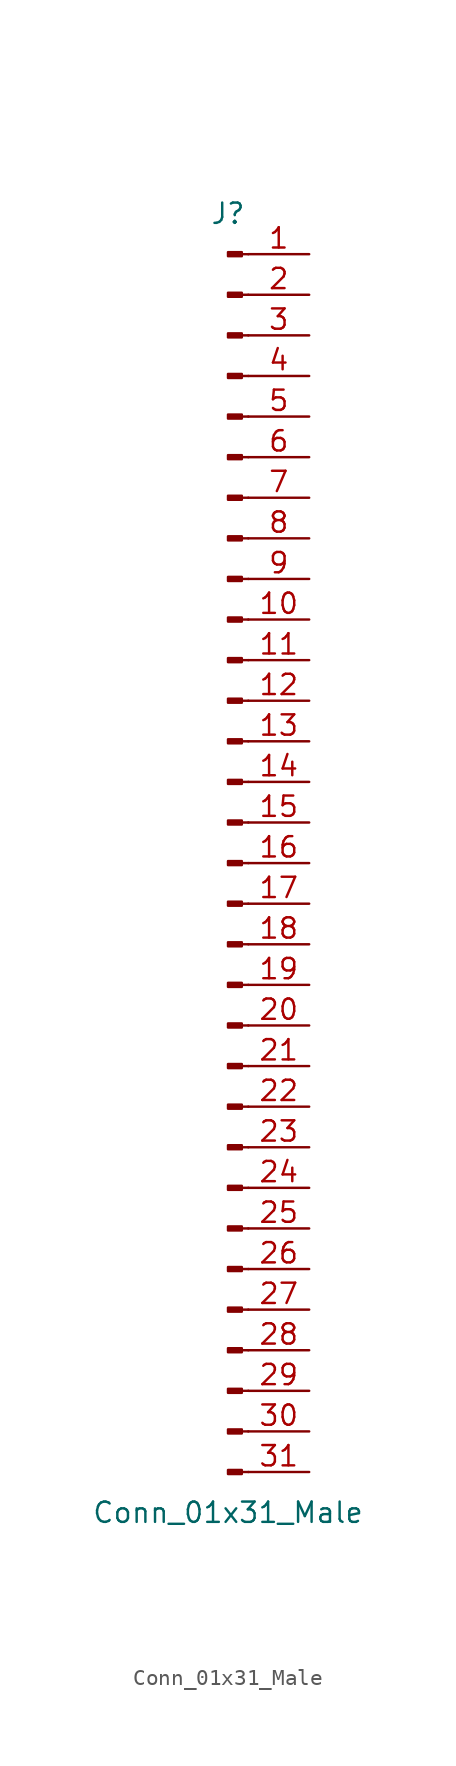
<source format=kicad_sym>
(kicad_symbol_lib
  (version 20211014)
  (generator kicad_symbol_editor)
  (symbol "Conn_01x31_Male"
    (pin_names
      (offset 1.016) hide)
    (property "Reference" "J"
      (at 0 40.64 0)
      (effects (font (size 1.27 1.27))))
    (property "Value" "Conn_01x31_Male"
      (at 0 -40.64 0)
      (effects (font (size 1.27 1.27))))
    (symbol "Conn_01x31_Male_1_1"
      (polyline (pts (xy 1.27 -38.1) (xy 0.864 -38.1)) (stroke (width 0.152) (type default) (color 0 0 0 0)) (fill (type none)))
      (polyline (pts (xy 1.27 -35.56) (xy 0.864 -35.56)) (stroke (width 0.152) (type default) (color 0 0 0 0)) (fill (type none)))
      (polyline (pts (xy 1.27 -33.02) (xy 0.864 -33.02)) (stroke (width 0.152) (type default) (color 0 0 0 0)) (fill (type none)))
      (polyline (pts (xy 1.27 -30.48) (xy 0.864 -30.48)) (stroke (width 0.152) (type default) (color 0 0 0 0)) (fill (type none)))
      (polyline (pts (xy 1.27 -27.94) (xy 0.864 -27.94)) (stroke (width 0.152) (type default) (color 0 0 0 0)) (fill (type none)))
      (polyline (pts (xy 1.27 -25.4) (xy 0.864 -25.4)) (stroke (width 0.152) (type default) (color 0 0 0 0)) (fill (type none)))
      (polyline (pts (xy 1.27 -22.86) (xy 0.864 -22.86)) (stroke (width 0.152) (type default) (color 0 0 0 0)) (fill (type none)))
      (polyline (pts (xy 1.27 -20.32) (xy 0.864 -20.32)) (stroke (width 0.152) (type default) (color 0 0 0 0)) (fill (type none)))
      (polyline (pts (xy 1.27 -17.78) (xy 0.864 -17.78)) (stroke (width 0.152) (type default) (color 0 0 0 0)) (fill (type none)))
      (polyline (pts (xy 1.27 -15.24) (xy 0.864 -15.24)) (stroke (width 0.152) (type default) (color 0 0 0 0)) (fill (type none)))
      (polyline (pts (xy 1.27 -12.7) (xy 0.864 -12.7)) (stroke (width 0.152) (type default) (color 0 0 0 0)) (fill (type none)))
      (polyline (pts (xy 1.27 -10.16) (xy 0.864 -10.16)) (stroke (width 0.152) (type default) (color 0 0 0 0)) (fill (type none)))
      (polyline (pts (xy 1.27 -7.62) (xy 0.864 -7.62)) (stroke (width 0.152) (type default) (color 0 0 0 0)) (fill (type none)))
      (polyline (pts (xy 1.27 -5.08) (xy 0.864 -5.08)) (stroke (width 0.152) (type default) (color 0 0 0 0)) (fill (type none)))
      (polyline (pts (xy 1.27 -2.54) (xy 0.864 -2.54)) (stroke (width 0.152) (type default) (color 0 0 0 0)) (fill (type none)))
      (polyline (pts (xy 1.27 0) (xy 0.864 0)) (stroke (width 0.152) (type default) (color 0 0 0 0)) (fill (type none)))
      (polyline (pts (xy 1.27 2.54) (xy 0.864 2.54)) (stroke (width 0.152) (type default) (color 0 0 0 0)) (fill (type none)))
      (polyline (pts (xy 1.27 5.08) (xy 0.864 5.08)) (stroke (width 0.152) (type default) (color 0 0 0 0)) (fill (type none)))
      (polyline (pts (xy 1.27 7.62) (xy 0.864 7.62)) (stroke (width 0.152) (type default) (color 0 0 0 0)) (fill (type none)))
      (polyline (pts (xy 1.27 10.16) (xy 0.864 10.16)) (stroke (width 0.152) (type default) (color 0 0 0 0)) (fill (type none)))
      (polyline (pts (xy 1.27 12.7) (xy 0.864 12.7)) (stroke (width 0.152) (type default) (color 0 0 0 0)) (fill (type none)))
      (polyline (pts (xy 1.27 15.24) (xy 0.864 15.24)) (stroke (width 0.152) (type default) (color 0 0 0 0)) (fill (type none)))
      (polyline (pts (xy 1.27 17.78) (xy 0.864 17.78)) (stroke (width 0.152) (type default) (color 0 0 0 0)) (fill (type none)))
      (polyline (pts (xy 1.27 20.32) (xy 0.864 20.32)) (stroke (width 0.152) (type default) (color 0 0 0 0)) (fill (type none)))
      (polyline (pts (xy 1.27 22.86) (xy 0.864 22.86)) (stroke (width 0.152) (type default) (color 0 0 0 0)) (fill (type none)))
      (polyline (pts (xy 1.27 25.4) (xy 0.864 25.4)) (stroke (width 0.152) (type default) (color 0 0 0 0)) (fill (type none)))
      (polyline (pts (xy 1.27 27.94) (xy 0.864 27.94)) (stroke (width 0.152) (type default) (color 0 0 0 0)) (fill (type none)))
      (polyline (pts (xy 1.27 30.48) (xy 0.864 30.48)) (stroke (width 0.152) (type default) (color 0 0 0 0)) (fill (type none)))
      (polyline (pts (xy 1.27 33.02) (xy 0.864 33.02)) (stroke (width 0.152) (type default) (color 0 0 0 0)) (fill (type none)))
      (polyline (pts (xy 1.27 35.56) (xy 0.864 35.56)) (stroke (width 0.152) (type default) (color 0 0 0 0)) (fill (type none)))
      (polyline (pts (xy 1.27 38.1) (xy 0.864 38.1)) (stroke (width 0.152) (type default) (color 0 0 0 0)) (fill (type none)))
      (rectangle (start 0.864 -37.973) (end 0 -38.227) (stroke (width 0.152) (type default) (color 0 0 0 0)) (fill (type outline)))
      (rectangle (start 0.864 -35.433) (end 0 -35.687) (stroke (width 0.152) (type default) (color 0 0 0 0)) (fill (type outline)))
      (rectangle (start 0.864 -32.893) (end 0 -33.147) (stroke (width 0.152) (type default) (color 0 0 0 0)) (fill (type outline)))
      (rectangle (start 0.864 -30.353) (end 0 -30.607) (stroke (width 0.152) (type default) (color 0 0 0 0)) (fill (type outline)))
      (rectangle (start 0.864 -27.813) (end 0 -28.067) (stroke (width 0.152) (type default) (color 0 0 0 0)) (fill (type outline)))
      (rectangle (start 0.864 -25.273) (end 0 -25.527) (stroke (width 0.152) (type default) (color 0 0 0 0)) (fill (type outline)))
      (rectangle (start 0.864 -22.733) (end 0 -22.987) (stroke (width 0.152) (type default) (color 0 0 0 0)) (fill (type outline)))
      (rectangle (start 0.864 -20.193) (end 0 -20.447) (stroke (width 0.152) (type default) (color 0 0 0 0)) (fill (type outline)))
      (rectangle (start 0.864 -17.653) (end 0 -17.907) (stroke (width 0.152) (type default) (color 0 0 0 0)) (fill (type outline)))
      (rectangle (start 0.864 -15.113) (end 0 -15.367) (stroke (width 0.152) (type default) (color 0 0 0 0)) (fill (type outline)))
      (rectangle (start 0.864 -12.573) (end 0 -12.827) (stroke (width 0.152) (type default) (color 0 0 0 0)) (fill (type outline)))
      (rectangle (start 0.864 -10.033) (end 0 -10.287) (stroke (width 0.152) (type default) (color 0 0 0 0)) (fill (type outline)))
      (rectangle (start 0.864 -7.493) (end 0 -7.747) (stroke (width 0.152) (type default) (color 0 0 0 0)) (fill (type outline)))
      (rectangle (start 0.864 -4.953) (end 0 -5.207) (stroke (width 0.152) (type default) (color 0 0 0 0)) (fill (type outline)))
      (rectangle (start 0.864 -2.413) (end 0 -2.667) (stroke (width 0.152) (type default) (color 0 0 0 0)) (fill (type outline)))
      (rectangle (start 0.864 0.127) (end 0 -0.127) (stroke (width 0.152) (type default) (color 0 0 0 0)) (fill (type outline)))
      (rectangle (start 0.864 2.667) (end 0 2.413) (stroke (width 0.152) (type default) (color 0 0 0 0)) (fill (type outline)))
      (rectangle (start 0.864 5.207) (end 0 4.953) (stroke (width 0.152) (type default) (color 0 0 0 0)) (fill (type outline)))
      (rectangle (start 0.864 7.747) (end 0 7.493) (stroke (width 0.152) (type default) (color 0 0 0 0)) (fill (type outline)))
      (rectangle (start 0.864 10.287) (end 0 10.033) (stroke (width 0.152) (type default) (color 0 0 0 0)) (fill (type outline)))
      (rectangle (start 0.864 12.827) (end 0 12.573) (stroke (width 0.152) (type default) (color 0 0 0 0)) (fill (type outline)))
      (rectangle (start 0.864 15.367) (end 0 15.113) (stroke (width 0.152) (type default) (color 0 0 0 0)) (fill (type outline)))
      (rectangle (start 0.864 17.907) (end 0 17.653) (stroke (width 0.152) (type default) (color 0 0 0 0)) (fill (type outline)))
      (rectangle (start 0.864 20.447) (end 0 20.193) (stroke (width 0.152) (type default) (color 0 0 0 0)) (fill (type outline)))
      (rectangle (start 0.864 22.987) (end 0 22.733) (stroke (width 0.152) (type default) (color 0 0 0 0)) (fill (type outline)))
      (rectangle (start 0.864 25.527) (end 0 25.273) (stroke (width 0.152) (type default) (color 0 0 0 0)) (fill (type outline)))
      (rectangle (start 0.864 28.067) (end 0 27.813) (stroke (width 0.152) (type default) (color 0 0 0 0)) (fill (type outline)))
      (rectangle (start 0.864 30.607) (end 0 30.353) (stroke (width 0.152) (type default) (color 0 0 0 0)) (fill (type outline)))
      (rectangle (start 0.864 33.147) (end 0 32.893) (stroke (width 0.152) (type default) (color 0 0 0 0)) (fill (type outline)))
      (rectangle (start 0.864 35.687) (end 0 35.433) (stroke (width 0.152) (type default) (color 0 0 0 0)) (fill (type outline)))
      (rectangle (start 0.864 38.227) (end 0 37.973) (stroke (width 0.152) (type default) (color 0 0 0 0)) (fill (type outline)))
      (pin passive line (at 5.08 38.1 180) (length 3.81) (name "Pin_1" (effects (font (size 1.27 1.27)))) (number "1" (effects (font (size 1.27 1.27)))))
      (pin passive line (at 5.08 15.24 180) (length 3.81) (name "Pin_10" (effects (font (size 1.27 1.27)))) (number "10" (effects (font (size 1.27 1.27)))))
      (pin passive line (at 5.08 12.7 180) (length 3.81) (name "Pin_11" (effects (font (size 1.27 1.27)))) (number "11" (effects (font (size 1.27 1.27)))))
      (pin passive line (at 5.08 10.16 180) (length 3.81) (name "Pin_12" (effects (font (size 1.27 1.27)))) (number "12" (effects (font (size 1.27 1.27)))))
      (pin passive line (at 5.08 7.62 180) (length 3.81) (name "Pin_13" (effects (font (size 1.27 1.27)))) (number "13" (effects (font (size 1.27 1.27)))))
      (pin passive line (at 5.08 5.08 180) (length 3.81) (name "Pin_14" (effects (font (size 1.27 1.27)))) (number "14" (effects (font (size 1.27 1.27)))))
      (pin passive line (at 5.08 2.54 180) (length 3.81) (name "Pin_15" (effects (font (size 1.27 1.27)))) (number "15" (effects (font (size 1.27 1.27)))))
      (pin passive line (at 5.08 0 180) (length 3.81) (name "Pin_16" (effects (font (size 1.27 1.27)))) (number "16" (effects (font (size 1.27 1.27)))))
      (pin passive line (at 5.08 -2.54 180) (length 3.81) (name "Pin_17" (effects (font (size 1.27 1.27)))) (number "17" (effects (font (size 1.27 1.27)))))
      (pin passive line (at 5.08 -5.08 180) (length 3.81) (name "Pin_18" (effects (font (size 1.27 1.27)))) (number "18" (effects (font (size 1.27 1.27)))))
      (pin passive line (at 5.08 -7.62 180) (length 3.81) (name "Pin_19" (effects (font (size 1.27 1.27)))) (number "19" (effects (font (size 1.27 1.27)))))
      (pin passive line (at 5.08 35.56 180) (length 3.81) (name "Pin_2" (effects (font (size 1.27 1.27)))) (number "2" (effects (font (size 1.27 1.27)))))
      (pin passive line (at 5.08 -10.16 180) (length 3.81) (name "Pin_20" (effects (font (size 1.27 1.27)))) (number "20" (effects (font (size 1.27 1.27)))))
      (pin passive line (at 5.08 -12.7 180) (length 3.81) (name "Pin_21" (effects (font (size 1.27 1.27)))) (number "21" (effects (font (size 1.27 1.27)))))
      (pin passive line (at 5.08 -15.24 180) (length 3.81) (name "Pin_22" (effects (font (size 1.27 1.27)))) (number "22" (effects (font (size 1.27 1.27)))))
      (pin passive line (at 5.08 -17.78 180) (length 3.81) (name "Pin_23" (effects (font (size 1.27 1.27)))) (number "23" (effects (font (size 1.27 1.27)))))
      (pin passive line (at 5.08 -20.32 180) (length 3.81) (name "Pin_24" (effects (font (size 1.27 1.27)))) (number "24" (effects (font (size 1.27 1.27)))))
      (pin passive line (at 5.08 -22.86 180) (length 3.81) (name "Pin_25" (effects (font (size 1.27 1.27)))) (number "25" (effects (font (size 1.27 1.27)))))
      (pin passive line (at 5.08 -25.4 180) (length 3.81) (name "Pin_26" (effects (font (size 1.27 1.27)))) (number "26" (effects (font (size 1.27 1.27)))))
      (pin passive line (at 5.08 -27.94 180) (length 3.81) (name "Pin_27" (effects (font (size 1.27 1.27)))) (number "27" (effects (font (size 1.27 1.27)))))
      (pin passive line (at 5.08 -30.48 180) (length 3.81) (name "Pin_28" (effects (font (size 1.27 1.27)))) (number "28" (effects (font (size 1.27 1.27)))))
      (pin passive line (at 5.08 -33.02 180) (length 3.81) (name "Pin_29" (effects (font (size 1.27 1.27)))) (number "29" (effects (font (size 1.27 1.27)))))
      (pin passive line (at 5.08 33.02 180) (length 3.81) (name "Pin_3" (effects (font (size 1.27 1.27)))) (number "3" (effects (font (size 1.27 1.27)))))
      (pin passive line (at 5.08 -35.56 180) (length 3.81) (name "Pin_30" (effects (font (size 1.27 1.27)))) (number "30" (effects (font (size 1.27 1.27)))))
      (pin passive line (at 5.08 -38.1 180) (length 3.81) (name "Pin_31" (effects (font (size 1.27 1.27)))) (number "31" (effects (font (size 1.27 1.27)))))
      (pin passive line (at 5.08 30.48 180) (length 3.81) (name "Pin_4" (effects (font (size 1.27 1.27)))) (number "4" (effects (font (size 1.27 1.27)))))
      (pin passive line (at 5.08 27.94 180) (length 3.81) (name "Pin_5" (effects (font (size 1.27 1.27)))) (number "5" (effects (font (size 1.27 1.27)))))
      (pin passive line (at 5.08 25.4 180) (length 3.81) (name "Pin_6" (effects (font (size 1.27 1.27)))) (number "6" (effects (font (size 1.27 1.27)))))
      (pin passive line (at 5.08 22.86 180) (length 3.81) (name "Pin_7" (effects (font (size 1.27 1.27)))) (number "7" (effects (font (size 1.27 1.27)))))
      (pin passive line (at 5.08 20.32 180) (length 3.81) (name "Pin_8" (effects (font (size 1.27 1.27)))) (number "8" (effects (font (size 1.27 1.27)))))
      (pin passive line (at 5.08 17.78 180) (length 3.81) (name "Pin_9" (effects (font (size 1.27 1.27)))) (number "9" (effects (font (size 1.27 1.27))))))))
</source>
